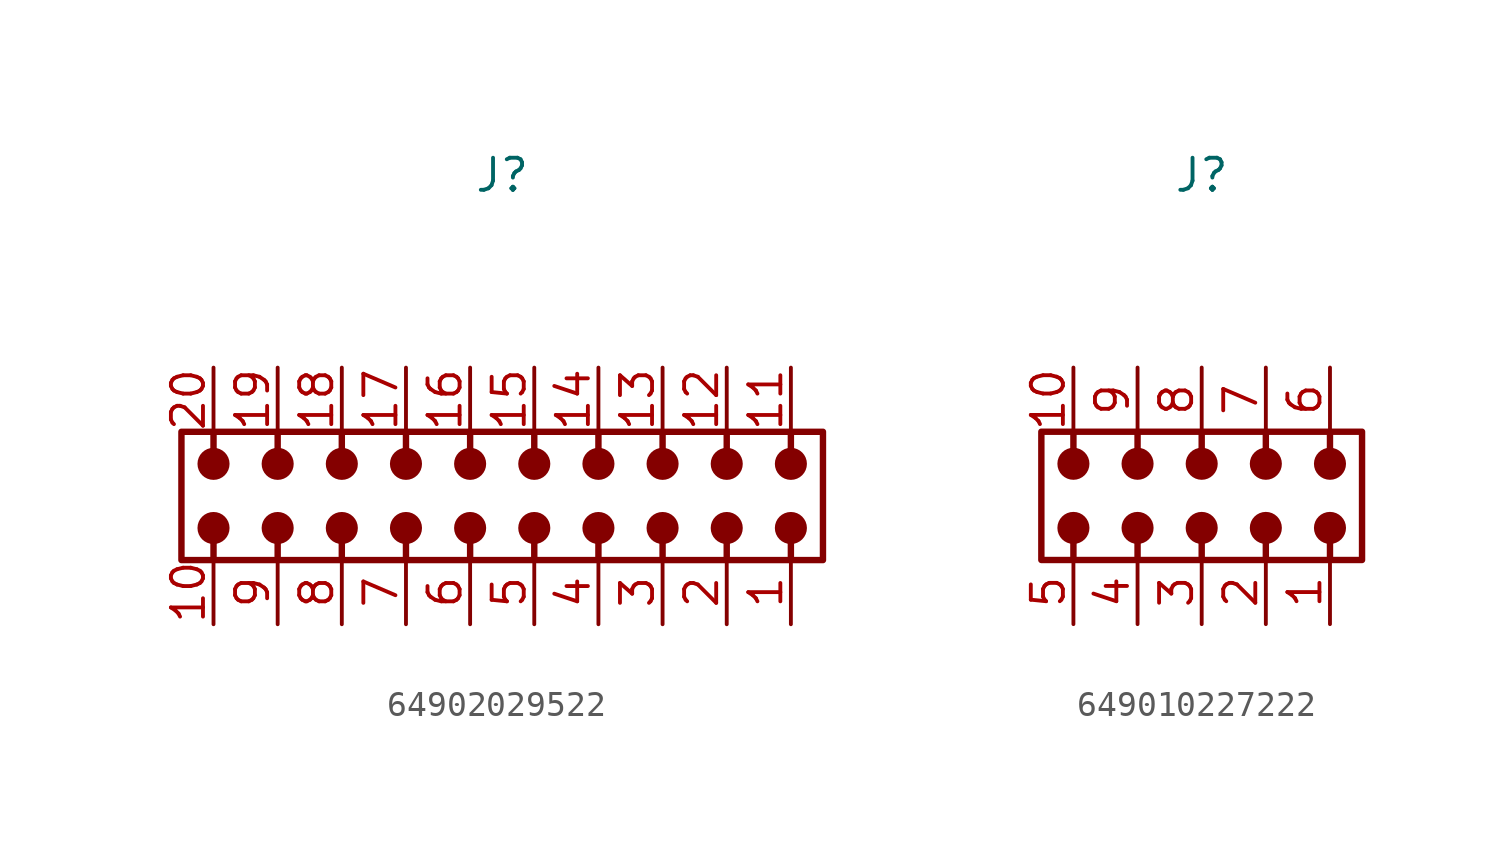
<source format=kicad_sym>
(kicad_symbol_lib
  (version 20241209)
  (generator "kicad_symbol_editor")
  (generator_version "9.0")
  (symbol "64902029522"
    (pin_names
      (hide yes))
    (property "Reference" "J"
      (at 0 12.7 0)
      (effects (font (size 1.27 1.27))))
    (symbol "64902029522_1_1"
      (rectangle (start -12.7 2.54) (end 12.7 -2.54) (stroke (width 0.254) (type solid)) (fill (type none)))
      (polyline (pts (xy -11.43 1.778) (xy -11.43 2.54)) (stroke (width 0.254) (type solid)) (fill (type none)))
      (circle (center -11.43 1.27) (radius 0.508) (stroke (width 0.254) (type solid)) (fill (type outline)))
      (circle (center -11.43 -1.27) (radius 0.508) (stroke (width 0.254) (type solid)) (fill (type outline)))
      (polyline (pts (xy -11.43 -1.778) (xy -11.43 -2.54)) (stroke (width 0.254) (type solid)) (fill (type none)))
      (polyline (pts (xy -8.89 1.778) (xy -8.89 2.54)) (stroke (width 0.254) (type solid)) (fill (type none)))
      (circle (center -8.89 1.27) (radius 0.508) (stroke (width 0.254) (type solid)) (fill (type outline)))
      (circle (center -8.89 -1.27) (radius 0.508) (stroke (width 0.254) (type solid)) (fill (type outline)))
      (polyline (pts (xy -8.89 -1.778) (xy -8.89 -2.54)) (stroke (width 0.254) (type solid)) (fill (type none)))
      (polyline (pts (xy -6.35 1.778) (xy -6.35 2.54)) (stroke (width 0.254) (type solid)) (fill (type none)))
      (circle (center -6.35 1.27) (radius 0.508) (stroke (width 0.254) (type solid)) (fill (type outline)))
      (circle (center -6.35 -1.27) (radius 0.508) (stroke (width 0.254) (type solid)) (fill (type outline)))
      (polyline (pts (xy -6.35 -1.778) (xy -6.35 -2.54)) (stroke (width 0.254) (type solid)) (fill (type none)))
      (polyline (pts (xy -3.81 1.778) (xy -3.81 2.54)) (stroke (width 0.254) (type solid)) (fill (type none)))
      (circle (center -3.81 1.27) (radius 0.508) (stroke (width 0.254) (type solid)) (fill (type outline)))
      (circle (center -3.81 -1.27) (radius 0.508) (stroke (width 0.254) (type solid)) (fill (type outline)))
      (polyline (pts (xy -3.81 -1.778) (xy -3.81 -2.54)) (stroke (width 0.254) (type solid)) (fill (type none)))
      (polyline (pts (xy -1.27 1.778) (xy -1.27 2.54)) (stroke (width 0.254) (type solid)) (fill (type none)))
      (circle (center -1.27 1.27) (radius 0.508) (stroke (width 0.254) (type solid)) (fill (type outline)))
      (circle (center -1.27 -1.27) (radius 0.508) (stroke (width 0.254) (type solid)) (fill (type outline)))
      (polyline (pts (xy -1.27 -1.778) (xy -1.27 -2.54)) (stroke (width 0.254) (type solid)) (fill (type none)))
      (polyline (pts (xy 1.27 1.778) (xy 1.27 2.54)) (stroke (width 0.254) (type solid)) (fill (type none)))
      (circle (center 1.27 1.27) (radius 0.508) (stroke (width 0.254) (type solid)) (fill (type outline)))
      (circle (center 1.27 -1.27) (radius 0.508) (stroke (width 0.254) (type solid)) (fill (type outline)))
      (polyline (pts (xy 1.27 -1.778) (xy 1.27 -2.54)) (stroke (width 0.254) (type solid)) (fill (type none)))
      (polyline (pts (xy 3.81 1.778) (xy 3.81 2.54)) (stroke (width 0.254) (type solid)) (fill (type none)))
      (circle (center 3.81 1.27) (radius 0.508) (stroke (width 0.254) (type solid)) (fill (type outline)))
      (circle (center 3.81 -1.27) (radius 0.508) (stroke (width 0.254) (type solid)) (fill (type outline)))
      (polyline (pts (xy 3.81 -1.778) (xy 3.81 -2.54)) (stroke (width 0.254) (type solid)) (fill (type none)))
      (polyline (pts (xy 6.35 1.778) (xy 6.35 2.54)) (stroke (width 0.254) (type solid)) (fill (type none)))
      (circle (center 6.35 1.27) (radius 0.508) (stroke (width 0.254) (type solid)) (fill (type outline)))
      (circle (center 6.35 -1.27) (radius 0.508) (stroke (width 0.254) (type solid)) (fill (type outline)))
      (polyline (pts (xy 6.35 -1.778) (xy 6.35 -2.54)) (stroke (width 0.254) (type solid)) (fill (type none)))
      (polyline (pts (xy 8.89 1.778) (xy 8.89 2.54)) (stroke (width 0.254) (type solid)) (fill (type none)))
      (circle (center 8.89 1.27) (radius 0.508) (stroke (width 0.254) (type solid)) (fill (type outline)))
      (circle (center 8.89 -1.27) (radius 0.508) (stroke (width 0.254) (type solid)) (fill (type outline)))
      (polyline (pts (xy 8.89 -1.778) (xy 8.89 -2.54)) (stroke (width 0.254) (type solid)) (fill (type none)))
      (polyline (pts (xy 11.43 1.778) (xy 11.43 2.54)) (stroke (width 0.254) (type solid)) (fill (type none)))
      (circle (center 11.43 1.27) (radius 0.508) (stroke (width 0.254) (type solid)) (fill (type outline)))
      (circle (center 11.43 -1.27) (radius 0.508) (stroke (width 0.254) (type solid)) (fill (type outline)))
      (polyline (pts (xy 11.43 -1.778) (xy 11.43 -2.54)) (stroke (width 0.254) (type solid)) (fill (type none)))
      (pin passive line (at -11.43 5.08 270) (length 2.54) (name "20" (effects (font (size 1.27 1.27)))) (number "20" (effects (font (size 1.27 1.27)))))
      (pin passive line (at -11.43 -5.08 90) (length 2.54) (name "10" (effects (font (size 1.27 1.27)))) (number "10" (effects (font (size 1.27 1.27)))))
      (pin passive line (at -8.89 5.08 270) (length 2.54) (name "19" (effects (font (size 1.27 1.27)))) (number "19" (effects (font (size 1.27 1.27)))))
      (pin passive line (at -8.89 -5.08 90) (length 2.54) (name "9" (effects (font (size 1.27 1.27)))) (number "9" (effects (font (size 1.27 1.27)))))
      (pin passive line (at -6.35 5.08 270) (length 2.54) (name "18" (effects (font (size 1.27 1.27)))) (number "18" (effects (font (size 1.27 1.27)))))
      (pin passive line (at -6.35 -5.08 90) (length 2.54) (name "8" (effects (font (size 1.27 1.27)))) (number "8" (effects (font (size 1.27 1.27)))))
      (pin passive line (at -3.81 5.08 270) (length 2.54) (name "17" (effects (font (size 1.27 1.27)))) (number "17" (effects (font (size 1.27 1.27)))))
      (pin passive line (at -3.81 -5.08 90) (length 2.54) (name "7" (effects (font (size 1.27 1.27)))) (number "7" (effects (font (size 1.27 1.27)))))
      (pin passive line (at -1.27 5.08 270) (length 2.54) (name "16" (effects (font (size 1.27 1.27)))) (number "16" (effects (font (size 1.27 1.27)))))
      (pin passive line (at -1.27 -5.08 90) (length 2.54) (name "6" (effects (font (size 1.27 1.27)))) (number "6" (effects (font (size 1.27 1.27)))))
      (pin passive line (at 1.27 5.08 270) (length 2.54) (name "15" (effects (font (size 1.27 1.27)))) (number "15" (effects (font (size 1.27 1.27)))))
      (pin passive line (at 1.27 -5.08 90) (length 2.54) (name "5" (effects (font (size 1.27 1.27)))) (number "5" (effects (font (size 1.27 1.27)))))
      (pin passive line (at 3.81 5.08 270) (length 2.54) (name "14" (effects (font (size 1.27 1.27)))) (number "14" (effects (font (size 1.27 1.27)))))
      (pin passive line (at 3.81 -5.08 90) (length 2.54) (name "4" (effects (font (size 1.27 1.27)))) (number "4" (effects (font (size 1.27 1.27)))))
      (pin passive line (at 6.35 5.08 270) (length 2.54) (name "13" (effects (font (size 1.27 1.27)))) (number "13" (effects (font (size 1.27 1.27)))))
      (pin passive line (at 6.35 -5.08 90) (length 2.54) (name "3" (effects (font (size 1.27 1.27)))) (number "3" (effects (font (size 1.27 1.27)))))
      (pin passive line (at 8.89 5.08 270) (length 2.54) (name "12" (effects (font (size 1.27 1.27)))) (number "12" (effects (font (size 1.27 1.27)))))
      (pin passive line (at 8.89 -5.08 90) (length 2.54) (name "2" (effects (font (size 1.27 1.27)))) (number "2" (effects (font (size 1.27 1.27)))))
      (pin passive line (at 11.43 5.08 270) (length 2.54) (name "11" (effects (font (size 1.27 1.27)))) (number "11" (effects (font (size 1.27 1.27)))))
      (pin passive line (at 11.43 -5.08 90) (length 2.54) (name "1" (effects (font (size 1.27 1.27)))) (number "1" (effects (font (size 1.27 1.27)))))))
  (symbol "649010227222"
    (pin_names
      (hide yes))
    (property "Reference" "J"
      (at 0 12.7 0)
      (effects (font (size 1.27 1.27))))
    (symbol "649010227222_1_1"
      (rectangle (start -6.35 2.54) (end 6.35 -2.54) (stroke (width 0.254) (type solid)) (fill (type none)))
      (polyline (pts (xy -5.08 1.778) (xy -5.08 2.54)) (stroke (width 0.254) (type solid)) (fill (type none)))
      (circle (center -5.08 1.27) (radius 0.508) (stroke (width 0.254) (type solid)) (fill (type outline)))
      (circle (center -5.08 -1.27) (radius 0.508) (stroke (width 0.254) (type solid)) (fill (type outline)))
      (polyline (pts (xy -5.08 -1.778) (xy -5.08 -2.54)) (stroke (width 0.254) (type solid)) (fill (type none)))
      (polyline (pts (xy -2.54 1.778) (xy -2.54 2.54)) (stroke (width 0.254) (type solid)) (fill (type none)))
      (circle (center -2.54 1.27) (radius 0.508) (stroke (width 0.254) (type solid)) (fill (type outline)))
      (circle (center -2.54 -1.27) (radius 0.508) (stroke (width 0.254) (type solid)) (fill (type outline)))
      (polyline (pts (xy -2.54 -1.778) (xy -2.54 -2.54)) (stroke (width 0.254) (type solid)) (fill (type none)))
      (polyline (pts (xy 0 1.778) (xy 0 2.54)) (stroke (width 0.254) (type solid)) (fill (type none)))
      (circle (center 0 1.27) (radius 0.508) (stroke (width 0.254) (type solid)) (fill (type outline)))
      (circle (center 0 -1.27) (radius 0.508) (stroke (width 0.254) (type solid)) (fill (type outline)))
      (polyline (pts (xy 0 -1.778) (xy 0 -2.54)) (stroke (width 0.254) (type solid)) (fill (type none)))
      (polyline (pts (xy 2.54 1.778) (xy 2.54 2.54)) (stroke (width 0.254) (type solid)) (fill (type none)))
      (circle (center 2.54 1.27) (radius 0.508) (stroke (width 0.254) (type solid)) (fill (type outline)))
      (circle (center 2.54 -1.27) (radius 0.508) (stroke (width 0.254) (type solid)) (fill (type outline)))
      (polyline (pts (xy 2.54 -1.778) (xy 2.54 -2.54)) (stroke (width 0.254) (type solid)) (fill (type none)))
      (polyline (pts (xy 5.08 1.778) (xy 5.08 2.54)) (stroke (width 0.254) (type solid)) (fill (type none)))
      (circle (center 5.08 1.27) (radius 0.508) (stroke (width 0.254) (type solid)) (fill (type outline)))
      (circle (center 5.08 -1.27) (radius 0.508) (stroke (width 0.254) (type solid)) (fill (type outline)))
      (polyline (pts (xy 5.08 -1.778) (xy 5.08 -2.54)) (stroke (width 0.254) (type solid)) (fill (type none)))
      (pin passive line (at -5.08 5.08 270) (length 2.54) (name "10" (effects (font (size 1.27 1.27)))) (number "10" (effects (font (size 1.27 1.27)))))
      (pin passive line (at -5.08 -5.08 90) (length 2.54) (name "5" (effects (font (size 1.27 1.27)))) (number "5" (effects (font (size 1.27 1.27)))))
      (pin passive line (at -2.54 5.08 270) (length 2.54) (name "9" (effects (font (size 1.27 1.27)))) (number "9" (effects (font (size 1.27 1.27)))))
      (pin passive line (at -2.54 -5.08 90) (length 2.54) (name "4" (effects (font (size 1.27 1.27)))) (number "4" (effects (font (size 1.27 1.27)))))
      (pin passive line (at 0 5.08 270) (length 2.54) (name "8" (effects (font (size 1.27 1.27)))) (number "8" (effects (font (size 1.27 1.27)))))
      (pin passive line (at 0 -5.08 90) (length 2.54) (name "3" (effects (font (size 1.27 1.27)))) (number "3" (effects (font (size 1.27 1.27)))))
      (pin passive line (at 2.54 5.08 270) (length 2.54) (name "7" (effects (font (size 1.27 1.27)))) (number "7" (effects (font (size 1.27 1.27)))))
      (pin passive line (at 2.54 -5.08 90) (length 2.54) (name "2" (effects (font (size 1.27 1.27)))) (number "2" (effects (font (size 1.27 1.27)))))
      (pin passive line (at 5.08 5.08 270) (length 2.54) (name "6" (effects (font (size 1.27 1.27)))) (number "6" (effects (font (size 1.27 1.27)))))
      (pin passive line (at 5.08 -5.08 90) (length 2.54) (name "1" (effects (font (size 1.27 1.27)))) (number "1" (effects (font (size 1.27 1.27))))))))
</source>
